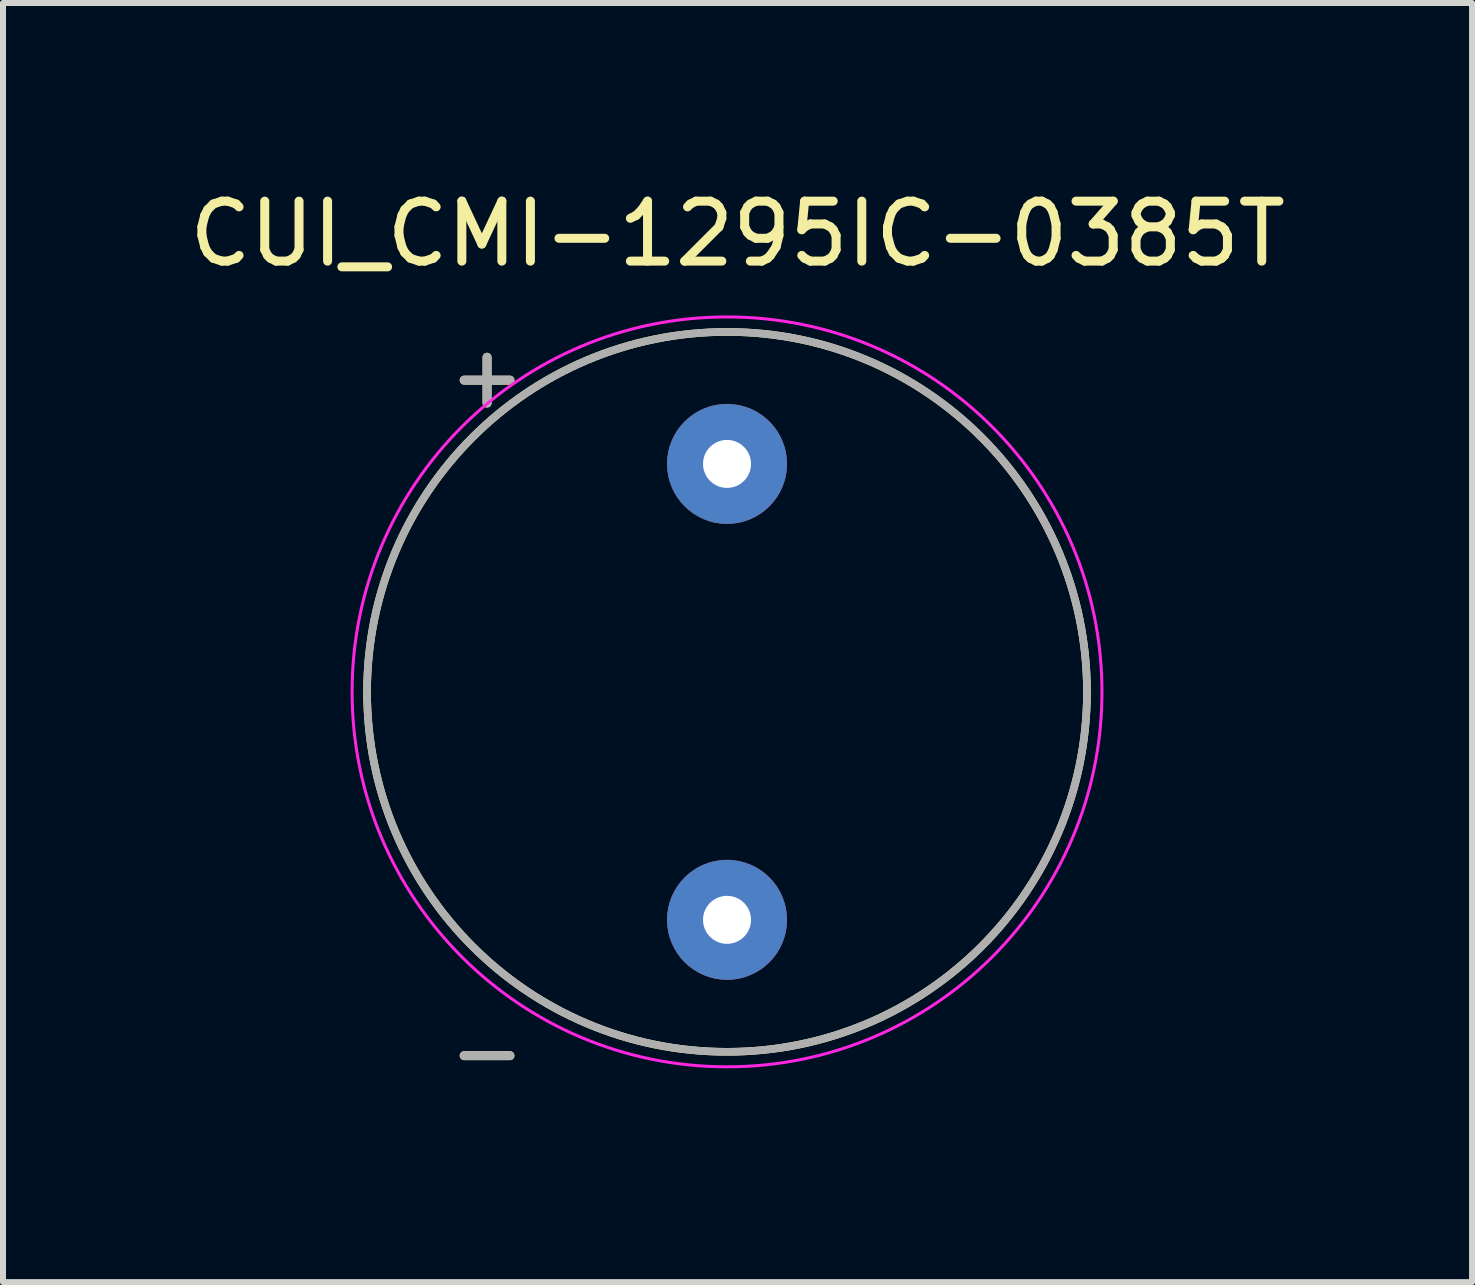
<source format=kicad_pcb>
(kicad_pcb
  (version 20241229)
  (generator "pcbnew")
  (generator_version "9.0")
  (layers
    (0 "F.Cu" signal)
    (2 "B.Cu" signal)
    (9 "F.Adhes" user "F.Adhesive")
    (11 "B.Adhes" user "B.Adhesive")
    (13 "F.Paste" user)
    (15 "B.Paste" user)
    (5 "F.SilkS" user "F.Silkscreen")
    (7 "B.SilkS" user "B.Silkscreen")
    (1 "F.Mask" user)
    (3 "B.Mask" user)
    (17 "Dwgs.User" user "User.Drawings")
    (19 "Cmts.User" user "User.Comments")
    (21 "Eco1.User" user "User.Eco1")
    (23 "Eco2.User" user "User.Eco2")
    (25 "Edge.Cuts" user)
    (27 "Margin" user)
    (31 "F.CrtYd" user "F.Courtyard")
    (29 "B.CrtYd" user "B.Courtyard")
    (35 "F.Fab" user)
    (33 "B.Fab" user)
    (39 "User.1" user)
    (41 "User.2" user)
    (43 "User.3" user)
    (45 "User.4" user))
  (footprint "CUI_CMI-1295IC-0385T"
    (layer "F.Cu")
    (at 9.069 8.483)
    (property "Reference" "CUI_CMI-1295IC-0385T" (at 0.175 -7.635 0) (layer "F.SilkS") (effects (font (size 1 1) (thickness 0.15))))
    (attr through_hole)
    (fp_circle (center 0 0) (end 6 0) (stroke (width 0.127) (type solid)) (fill no) (layer "F.SilkS"))
    (fp_circle (center 0 0) (end 6.25 0) (stroke (width 0.05) (type solid)) (fill no) (layer "F.CrtYd"))
    (fp_circle (center 0 0) (end 6 0) (stroke (width 0.127) (type solid)) (fill no) (layer "F.Fab"))
    (fp_text user "-" (at -4 5.99 0) (layer "F.SilkS") (effects (font (size 1 1) (thickness 0.15))))
    (fp_text user "+" (at -4 -5.27 0) (layer "F.SilkS") (effects (font (size 1 1) (thickness 0.15))))
    (fp_text user "-" (at -4 5.99 0) (layer "F.Fab") (effects (font (size 1 1) (thickness 0.15))))
    (fp_text user "+" (at -4 -5.27 0) (layer "F.Fab") (effects (font (size 1 1) (thickness 0.15))))
    (pad "N" thru_hole circle (at 0 3.8) (size 2 2) (drill 0.8) (layers "*.Cu" "*.Mask"))
    (pad "P" thru_hole circle (at 0 -3.8) (size 2 2) (drill 0.8) (layers "*.Cu" "*.Mask")))
  (gr_rect
    (start -3 -3)
    (end 21.488 18.322)
    (stroke (width 0.1) (type default))
    (fill no)
    (layer "Edge.Cuts")))
</source>
